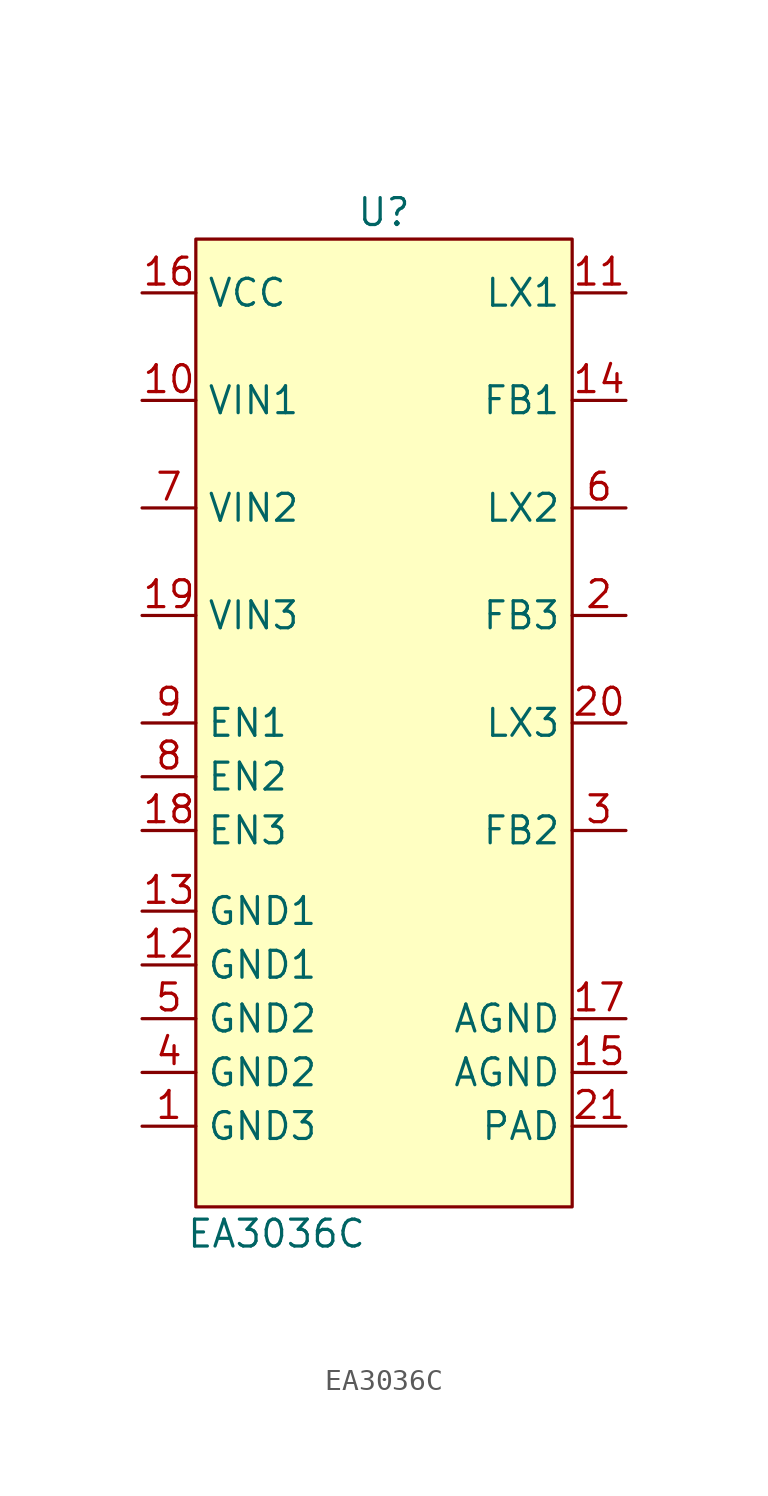
<source format=kicad_sym>
(kicad_symbol_lib
  (version 20231120)
  (generator "kicad_symbol_editor")
  (generator_version "8.0")
  (symbol "EA3036C"
    (property "Reference" "U"
      (at 0 16.51 0)
      (effects (font (size 1.27 1.27))))
    (property "Value" "EA3036C"
      (at -5.08 -31.75 0)
      (effects (font (size 1.27 1.27))))
    (symbol "EA3036C_0_1"
      (rectangle (start -8.89 15.24) (end 8.89 -30.48) (stroke (width 0) (type default)) (fill (type background)))
      (pin unspecified line (at -11.43 -26.67 0) (length 2.54) (name "GND3" (effects (font (size 1.27 1.27)))) (number "1" (effects (font (size 1.27 1.27)))))
      (pin unspecified line (at -11.43 7.62 0) (length 2.54) (name "VIN1" (effects (font (size 1.27 1.27)))) (number "10" (effects (font (size 1.27 1.27)))))
      (pin unspecified line (at 11.43 12.7 180) (length 2.54) (name "LX1" (effects (font (size 1.27 1.27)))) (number "11" (effects (font (size 1.27 1.27)))))
      (pin unspecified line (at -11.43 -19.05 0) (length 2.54) (name "GND1" (effects (font (size 1.27 1.27)))) (number "12" (effects (font (size 1.27 1.27)))))
      (pin unspecified line (at -11.43 -16.51 0) (length 2.54) (name "GND1" (effects (font (size 1.27 1.27)))) (number "13" (effects (font (size 1.27 1.27)))))
      (pin unspecified line (at 11.43 7.62 180) (length 2.54) (name "FB1" (effects (font (size 1.27 1.27)))) (number "14" (effects (font (size 1.27 1.27)))))
      (pin unspecified line (at 11.43 -24.13 180) (length 2.54) (name "AGND" (effects (font (size 1.27 1.27)))) (number "15" (effects (font (size 1.27 1.27)))))
      (pin unspecified line (at -11.43 12.7 0) (length 2.54) (name "VCC" (effects (font (size 1.27 1.27)))) (number "16" (effects (font (size 1.27 1.27)))))
      (pin unspecified line (at 11.43 -21.59 180) (length 2.54) (name "AGND" (effects (font (size 1.27 1.27)))) (number "17" (effects (font (size 1.27 1.27)))))
      (pin unspecified line (at -11.43 -12.7 0) (length 2.54) (name "EN3" (effects (font (size 1.27 1.27)))) (number "18" (effects (font (size 1.27 1.27)))))
      (pin unspecified line (at -11.43 -2.54 0) (length 2.54) (name "VIN3" (effects (font (size 1.27 1.27)))) (number "19" (effects (font (size 1.27 1.27)))))
      (pin unspecified line (at 11.43 -2.54 180) (length 2.54) (name "FB3" (effects (font (size 1.27 1.27)))) (number "2" (effects (font (size 1.27 1.27)))))
      (pin unspecified line (at 11.43 -7.62 180) (length 2.54) (name "LX3" (effects (font (size 1.27 1.27)))) (number "20" (effects (font (size 1.27 1.27)))))
      (pin unspecified line (at 11.43 -26.67 180) (length 2.54) (name "PAD" (effects (font (size 1.27 1.27)))) (number "21" (effects (font (size 1.27 1.27)))))
      (pin unspecified line (at 11.43 -12.7 180) (length 2.54) (name "FB2" (effects (font (size 1.27 1.27)))) (number "3" (effects (font (size 1.27 1.27)))))
      (pin unspecified line (at -11.43 -24.13 0) (length 2.54) (name "GND2" (effects (font (size 1.27 1.27)))) (number "4" (effects (font (size 1.27 1.27)))))
      (pin unspecified line (at -11.43 -21.59 0) (length 2.54) (name "GND2" (effects (font (size 1.27 1.27)))) (number "5" (effects (font (size 1.27 1.27)))))
      (pin unspecified line (at 11.43 2.54 180) (length 2.54) (name "LX2" (effects (font (size 1.27 1.27)))) (number "6" (effects (font (size 1.27 1.27)))))
      (pin unspecified line (at -11.43 2.54 0) (length 2.54) (name "VIN2" (effects (font (size 1.27 1.27)))) (number "7" (effects (font (size 1.27 1.27)))))
      (pin unspecified line (at -11.43 -10.16 0) (length 2.54) (name "EN2" (effects (font (size 1.27 1.27)))) (number "8" (effects (font (size 1.27 1.27)))))
      (pin unspecified line (at -11.43 -7.62 0) (length 2.54) (name "EN1" (effects (font (size 1.27 1.27)))) (number "9" (effects (font (size 1.27 1.27))))))))
</source>
